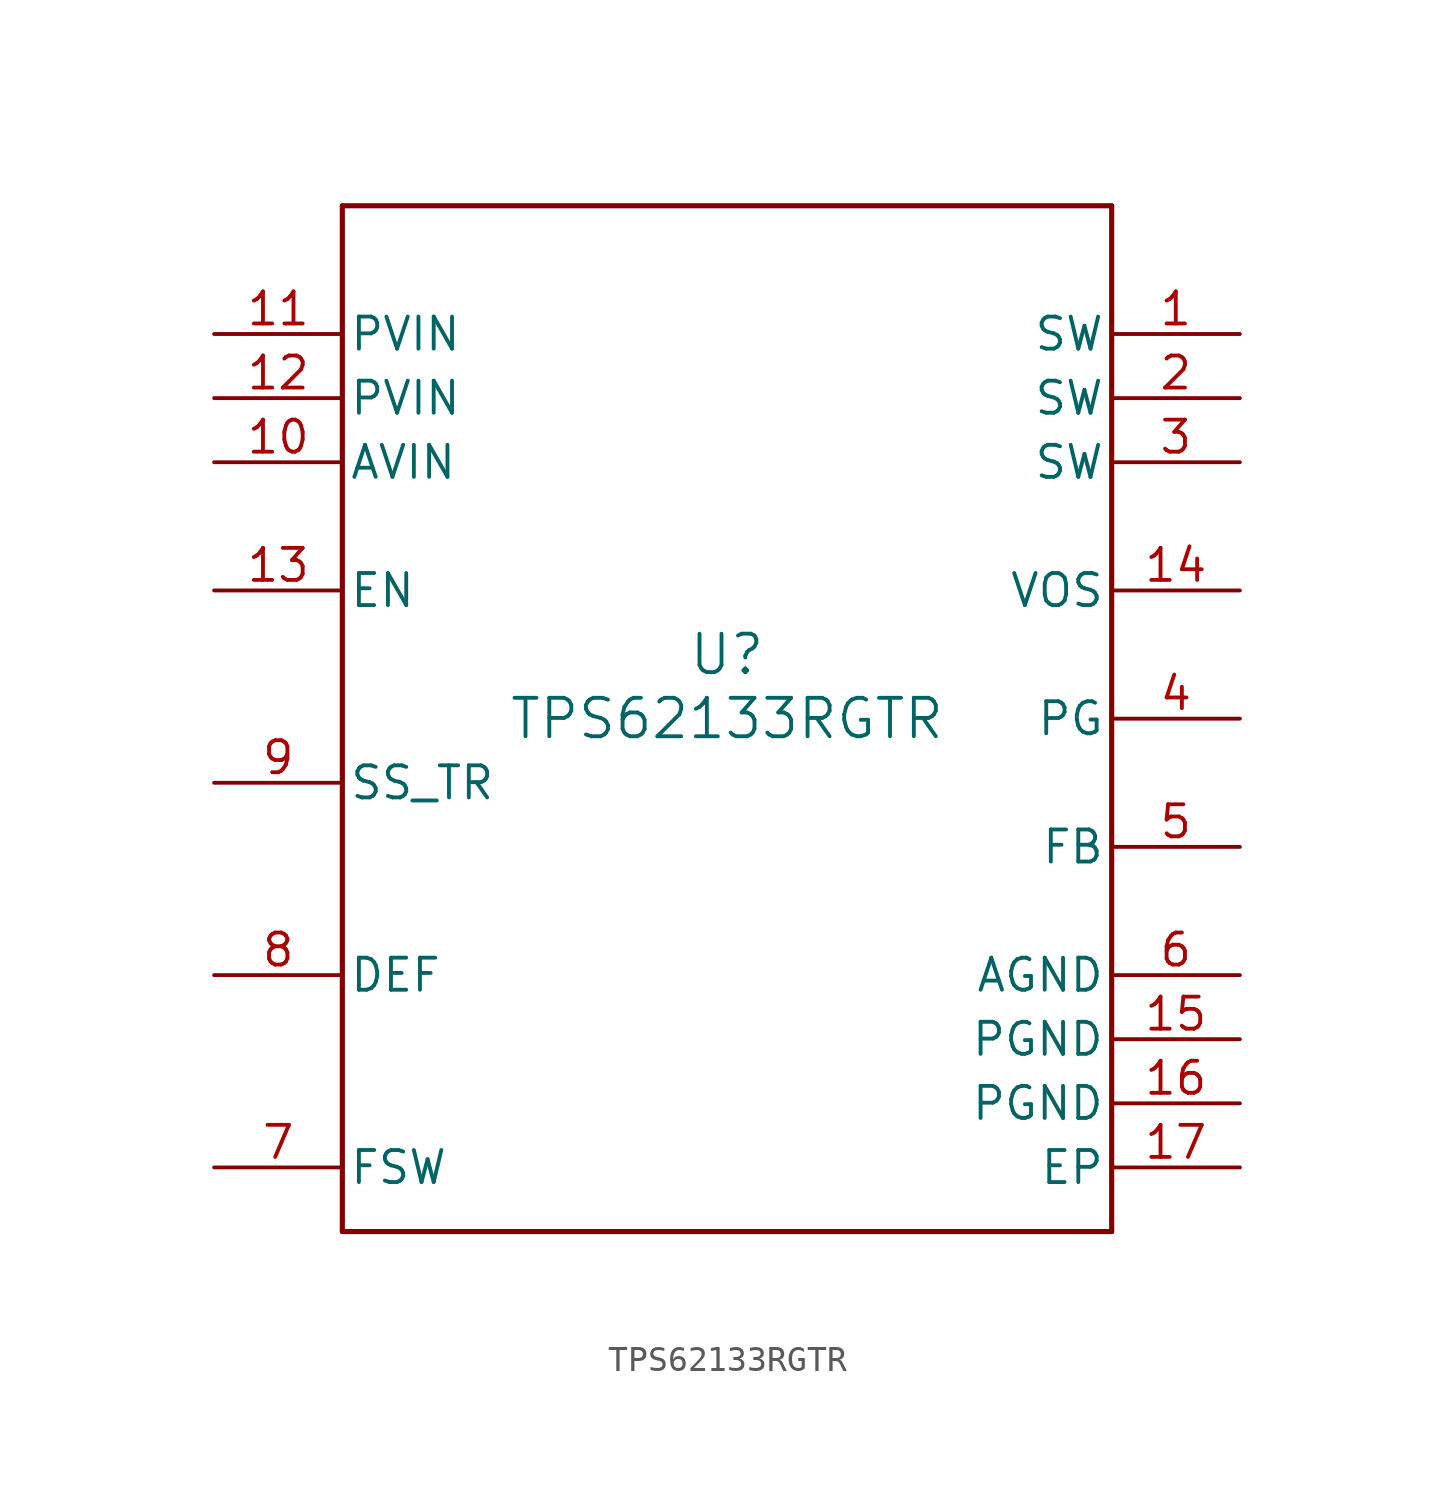
<source format=kicad_sym>
(kicad_symbol_lib
  (version 20231120)
  (generator "kicad_symbol_editor")
  (generator_version "8.0")
  (symbol "TPS62133RGTR"
    (pin_names
      (offset 0.254))
    (property "Reference" "U"
      (at 0 2.54 0)
      (effects (font (size 1.524 1.524))))
    (property "Value" "TPS62133RGTR"
      (at 0 0 0)
      (effects (font (size 1.524 1.524))))
    (property "ki_locked" ""
      (at 0 0 0)
      (effects (font (size 1.27 1.27))))
    (symbol "TPS62133RGTR_0_1"
      (polyline (pts (xy -15.24 -20.32) (xy 15.24 -20.32)) (stroke (width 0.203) (type default)) (fill (type none)))
      (polyline (pts (xy -15.24 20.32) (xy -15.24 -20.32)) (stroke (width 0.203) (type default)) (fill (type none)))
      (polyline (pts (xy 15.24 -20.32) (xy 15.24 20.32)) (stroke (width 0.203) (type default)) (fill (type none)))
      (polyline (pts (xy 15.24 20.32) (xy -15.24 20.32)) (stroke (width 0.203) (type default)) (fill (type none)))
      (pin power_in line (at 20.32 15.24 180) (length 5.08) (name "SW" (effects (font (size 1.27 1.27)))) (number "1" (effects (font (size 1.27 1.27)))))
      (pin power_in line (at -20.32 10.16 0) (length 5.08) (name "AVIN" (effects (font (size 1.27 1.27)))) (number "10" (effects (font (size 1.27 1.27)))))
      (pin power_in line (at -20.32 15.24 0) (length 5.08) (name "PVIN" (effects (font (size 1.27 1.27)))) (number "11" (effects (font (size 1.27 1.27)))))
      (pin power_in line (at -20.32 12.7 0) (length 5.08) (name "PVIN" (effects (font (size 1.27 1.27)))) (number "12" (effects (font (size 1.27 1.27)))))
      (pin input line (at -20.32 5.08 0) (length 5.08) (name "EN" (effects (font (size 1.27 1.27)))) (number "13" (effects (font (size 1.27 1.27)))))
      (pin input line (at 20.32 5.08 180) (length 5.08) (name "VOS" (effects (font (size 1.27 1.27)))) (number "14" (effects (font (size 1.27 1.27)))))
      (pin power_in line (at 20.32 -12.7 180) (length 5.08) (name "PGND" (effects (font (size 1.27 1.27)))) (number "15" (effects (font (size 1.27 1.27)))))
      (pin power_in line (at 20.32 -15.24 180) (length 5.08) (name "PGND" (effects (font (size 1.27 1.27)))) (number "16" (effects (font (size 1.27 1.27)))))
      (pin power_in line (at 20.32 -17.78 180) (length 5.08) (name "EP" (effects (font (size 1.27 1.27)))) (number "17" (effects (font (size 1.27 1.27)))))
      (pin power_in line (at 20.32 12.7 180) (length 5.08) (name "SW" (effects (font (size 1.27 1.27)))) (number "2" (effects (font (size 1.27 1.27)))))
      (pin power_in line (at 20.32 10.16 180) (length 5.08) (name "SW" (effects (font (size 1.27 1.27)))) (number "3" (effects (font (size 1.27 1.27)))))
      (pin open_collector line (at 20.32 0 180) (length 5.08) (name "PG" (effects (font (size 1.27 1.27)))) (number "4" (effects (font (size 1.27 1.27)))))
      (pin input line (at 20.32 -5.08 180) (length 5.08) (name "FB" (effects (font (size 1.27 1.27)))) (number "5" (effects (font (size 1.27 1.27)))))
      (pin power_in line (at 20.32 -10.16 180) (length 5.08) (name "AGND" (effects (font (size 1.27 1.27)))) (number "6" (effects (font (size 1.27 1.27)))))
      (pin input line (at -20.32 -17.78 0) (length 5.08) (name "FSW" (effects (font (size 1.27 1.27)))) (number "7" (effects (font (size 1.27 1.27)))))
      (pin input line (at -20.32 -10.16 0) (length 5.08) (name "DEF" (effects (font (size 1.27 1.27)))) (number "8" (effects (font (size 1.27 1.27)))))
      (pin input line (at -20.32 -2.54 0) (length 5.08) (name "SS_TR" (effects (font (size 1.27 1.27)))) (number "9" (effects (font (size 1.27 1.27))))))))
</source>
